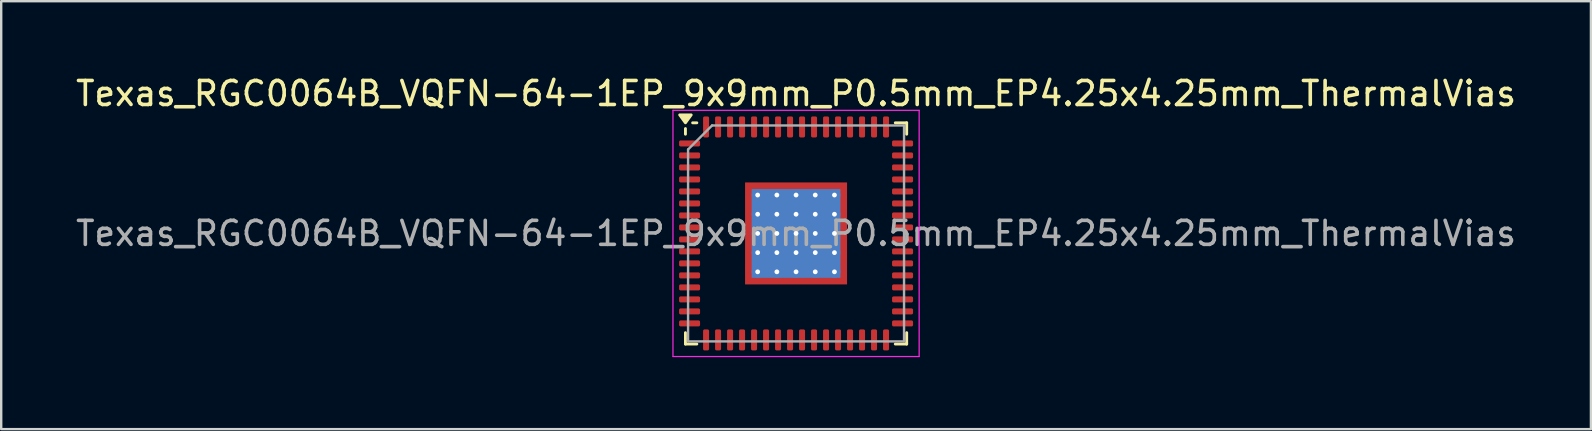
<source format=kicad_pcb>
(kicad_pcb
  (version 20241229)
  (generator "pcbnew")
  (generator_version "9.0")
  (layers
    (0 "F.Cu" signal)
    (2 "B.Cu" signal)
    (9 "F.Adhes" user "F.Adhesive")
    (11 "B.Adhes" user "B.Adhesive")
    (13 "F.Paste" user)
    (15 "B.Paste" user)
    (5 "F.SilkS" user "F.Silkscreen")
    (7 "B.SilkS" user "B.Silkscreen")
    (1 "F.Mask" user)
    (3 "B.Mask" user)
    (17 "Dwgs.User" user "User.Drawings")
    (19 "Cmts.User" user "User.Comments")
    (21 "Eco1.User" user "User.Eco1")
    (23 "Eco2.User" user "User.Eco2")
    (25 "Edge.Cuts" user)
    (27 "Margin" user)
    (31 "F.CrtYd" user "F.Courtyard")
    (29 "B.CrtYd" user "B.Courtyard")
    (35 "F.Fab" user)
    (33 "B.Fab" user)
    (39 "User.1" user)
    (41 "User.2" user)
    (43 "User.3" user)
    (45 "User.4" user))
  (footprint "Texas_RGC0064B_VQFN-64-1EP_9x9mm_P0.5mm_EP4.25x4.25mm_ThermalVias"
    (layer "F.Cu")
    (at 30.125 6.678)
    (property "Reference" "Texas_RGC0064B_VQFN-64-1EP_9x9mm_P0.5mm_EP4.25x4.25mm_ThermalVias" (at 0 -5.83 0) (layer "F.SilkS") (effects (font (size 1 1) (thickness 0.15))))
    (attr smd)
    (fp_line (start -4.61 -4.135) (end -4.61 -4.37) (stroke (width 0.12) (type solid)) (layer "F.SilkS"))
    (fp_line (start -4.61 4.61) (end -4.61 4.135) (stroke (width 0.12) (type solid)) (layer "F.SilkS"))
    (fp_line (start -4.135 -4.61) (end -4.31 -4.61) (stroke (width 0.12) (type solid)) (layer "F.SilkS"))
    (fp_line (start -4.135 4.61) (end -4.61 4.61) (stroke (width 0.12) (type solid)) (layer "F.SilkS"))
    (fp_line (start 4.135 -4.61) (end 4.61 -4.61) (stroke (width 0.12) (type solid)) (layer "F.SilkS"))
    (fp_line (start 4.135 4.61) (end 4.61 4.61) (stroke (width 0.12) (type solid)) (layer "F.SilkS"))
    (fp_line (start 4.61 -4.61) (end 4.61 -4.135) (stroke (width 0.12) (type solid)) (layer "F.SilkS"))
    (fp_line (start 4.61 4.61) (end 4.61 4.135) (stroke (width 0.12) (type solid)) (layer "F.SilkS"))
    (fp_poly (pts (xy -4.61 -4.61) (xy -4.85 -4.94) (xy -4.37 -4.94) (xy -4.61 -4.61)) (stroke (width 0.12) (type solid)) (fill yes) (layer "F.SilkS"))
    (fp_line (start -5.13 -5.13) (end -5.13 5.13) (stroke (width 0.05) (type solid)) (layer "F.CrtYd"))
    (fp_line (start -5.13 5.13) (end 5.13 5.13) (stroke (width 0.05) (type solid)) (layer "F.CrtYd"))
    (fp_line (start 5.13 -5.13) (end -5.13 -5.13) (stroke (width 0.05) (type solid)) (layer "F.CrtYd"))
    (fp_line (start 5.13 5.13) (end 5.13 -5.13) (stroke (width 0.05) (type solid)) (layer "F.CrtYd"))
    (fp_line (start -4.5 -3.5) (end -3.5 -4.5) (stroke (width 0.1) (type solid)) (layer "F.Fab"))
    (fp_line (start -4.5 4.5) (end -4.5 -3.5) (stroke (width 0.1) (type solid)) (layer "F.Fab"))
    (fp_line (start -3.5 -4.5) (end 4.5 -4.5) (stroke (width 0.1) (type solid)) (layer "F.Fab"))
    (fp_line (start 4.5 -4.5) (end 4.5 4.5) (stroke (width 0.1) (type solid)) (layer "F.Fab"))
    (fp_line (start 4.5 4.5) (end -4.5 4.5) (stroke (width 0.1) (type solid)) (layer "F.Fab"))
    (fp_text user "${REFERENCE}" (at 0 0 0) (layer "F.Fab") (effects (font (size 1 1) (thickness 0.15))))
    (pad "" smd custom (at -1.863 -1.863) (size 0.295 0.295) (layers "F.Paste") (options (anchor circle)) (primitives (gr_poly (pts (xy -0.106 -0.106) (xy 0.106 -0.106) (xy 0.106 -0.013) (xy -0.013 0.106) (xy -0.106 0.106)) (width 0.212) (fill yes))))
    (pad "" smd custom (at -1.863 -1.2) (size 0.314 0.314) (layers "F.Paste") (options (anchor circle)) (primitives (gr_poly (pts (xy -0.106 -0.217) (xy 0.013 -0.217) (xy 0.106 -0.124) (xy 0.106 0.124) (xy 0.013 0.217) (xy -0.106 0.217)) (width 0.212) (fill yes))))
    (pad "" smd custom (at -1.863 -0.4) (size 0.314 0.314) (layers "F.Paste") (options (anchor circle)) (primitives (gr_poly (pts (xy -0.106 -0.217) (xy 0.013 -0.217) (xy 0.106 -0.124) (xy 0.106 0.124) (xy 0.013 0.217) (xy -0.106 0.217)) (width 0.212) (fill yes))))
    (pad "" smd custom (at -1.863 0.4) (size 0.314 0.314) (layers "F.Paste") (options (anchor circle)) (primitives (gr_poly (pts (xy -0.106 -0.217) (xy 0.013 -0.217) (xy 0.106 -0.124) (xy 0.106 0.124) (xy 0.013 0.217) (xy -0.106 0.217)) (width 0.212) (fill yes))))
    (pad "" smd custom (at -1.863 1.2) (size 0.314 0.314) (layers "F.Paste") (options (anchor circle)) (primitives (gr_poly (pts (xy -0.106 -0.217) (xy 0.013 -0.217) (xy 0.106 -0.124) (xy 0.106 0.124) (xy 0.013 0.217) (xy -0.106 0.217)) (width 0.212) (fill yes))))
    (pad "" smd custom (at -1.863 1.863) (size 0.295 0.295) (layers "F.Paste") (options (anchor circle)) (primitives (gr_poly (pts (xy -0.106 -0.106) (xy -0.013 -0.106) (xy 0.106 0.013) (xy 0.106 0.106) (xy -0.106 0.106)) (width 0.212) (fill yes))))
    (pad "" smd custom (at -1.2 -1.863) (size 0.314 0.314) (layers "F.Paste") (options (anchor circle)) (primitives (gr_poly (pts (xy -0.217 -0.106) (xy 0.217 -0.106) (xy 0.217 0.013) (xy 0.124 0.106) (xy -0.124 0.106) (xy -0.217 0.013)) (width 0.212) (fill yes))))
    (pad "" smd custom (at -1.2 -1.2) (size 0.555 0.555) (layers "F.Paste") (options (anchor circle)) (primitives (gr_poly (pts (xy -0.232 -0.157) (xy -0.157 -0.232) (xy 0.157 -0.232) (xy 0.232 -0.157) (xy 0.232 0.157) (xy 0.157 0.232) (xy -0.157 0.232) (xy -0.232 0.157)) (width 0.181) (fill yes))))
    (pad "" smd custom (at -1.2 -0.4) (size 0.555 0.555) (layers "F.Paste") (options (anchor circle)) (primitives (gr_poly (pts (xy -0.232 -0.157) (xy -0.157 -0.232) (xy 0.157 -0.232) (xy 0.232 -0.157) (xy 0.232 0.157) (xy 0.157 0.232) (xy -0.157 0.232) (xy -0.232 0.157)) (width 0.181) (fill yes))))
    (pad "" smd custom (at -1.2 0.4) (size 0.555 0.555) (layers "F.Paste") (options (anchor circle)) (primitives (gr_poly (pts (xy -0.232 -0.157) (xy -0.157 -0.232) (xy 0.157 -0.232) (xy 0.232 -0.157) (xy 0.232 0.157) (xy 0.157 0.232) (xy -0.157 0.232) (xy -0.232 0.157)) (width 0.181) (fill yes))))
    (pad "" smd custom (at -1.2 1.2) (size 0.555 0.555) (layers "F.Paste") (options (anchor circle)) (primitives (gr_poly (pts (xy -0.232 -0.157) (xy -0.157 -0.232) (xy 0.157 -0.232) (xy 0.232 -0.157) (xy 0.232 0.157) (xy 0.157 0.232) (xy -0.157 0.232) (xy -0.232 0.157)) (width 0.181) (fill yes))))
    (pad "" smd custom (at -1.2 1.863) (size 0.314 0.314) (layers "F.Paste") (options (anchor circle)) (primitives (gr_poly (pts (xy -0.217 -0.013) (xy -0.124 -0.106) (xy 0.124 -0.106) (xy 0.217 -0.013) (xy 0.217 0.106) (xy -0.217 0.106)) (width 0.212) (fill yes))))
    (pad "" smd custom (at -0.4 -1.863) (size 0.314 0.314) (layers "F.Paste") (options (anchor circle)) (primitives (gr_poly (pts (xy -0.217 -0.106) (xy 0.217 -0.106) (xy 0.217 0.013) (xy 0.124 0.106) (xy -0.124 0.106) (xy -0.217 0.013)) (width 0.212) (fill yes))))
    (pad "" smd custom (at -0.4 -1.2) (size 0.555 0.555) (layers "F.Paste") (options (anchor circle)) (primitives (gr_poly (pts (xy -0.232 -0.157) (xy -0.157 -0.232) (xy 0.157 -0.232) (xy 0.232 -0.157) (xy 0.232 0.157) (xy 0.157 0.232) (xy -0.157 0.232) (xy -0.232 0.157)) (width 0.181) (fill yes))))
    (pad "" smd custom (at -0.4 -0.4) (size 0.555 0.555) (layers "F.Paste") (options (anchor circle)) (primitives (gr_poly (pts (xy -0.232 -0.157) (xy -0.157 -0.232) (xy 0.157 -0.232) (xy 0.232 -0.157) (xy 0.232 0.157) (xy 0.157 0.232) (xy -0.157 0.232) (xy -0.232 0.157)) (width 0.181) (fill yes))))
    (pad "" smd custom (at -0.4 0.4) (size 0.555 0.555) (layers "F.Paste") (options (anchor circle)) (primitives (gr_poly (pts (xy -0.232 -0.157) (xy -0.157 -0.232) (xy 0.157 -0.232) (xy 0.232 -0.157) (xy 0.232 0.157) (xy 0.157 0.232) (xy -0.157 0.232) (xy -0.232 0.157)) (width 0.181) (fill yes))))
    (pad "" smd custom (at -0.4 1.2) (size 0.555 0.555) (layers "F.Paste") (options (anchor circle)) (primitives (gr_poly (pts (xy -0.232 -0.157) (xy -0.157 -0.232) (xy 0.157 -0.232) (xy 0.232 -0.157) (xy 0.232 0.157) (xy 0.157 0.232) (xy -0.157 0.232) (xy -0.232 0.157)) (width 0.181) (fill yes))))
    (pad "" smd custom (at -0.4 1.863) (size 0.314 0.314) (layers "F.Paste") (options (anchor circle)) (primitives (gr_poly (pts (xy -0.217 -0.013) (xy -0.124 -0.106) (xy 0.124 -0.106) (xy 0.217 -0.013) (xy 0.217 0.106) (xy -0.217 0.106)) (width 0.212) (fill yes))))
    (pad "" smd custom (at 0.4 -1.863) (size 0.314 0.314) (layers "F.Paste") (options (anchor circle)) (primitives (gr_poly (pts (xy -0.217 -0.106) (xy 0.217 -0.106) (xy 0.217 0.013) (xy 0.124 0.106) (xy -0.124 0.106) (xy -0.217 0.013)) (width 0.212) (fill yes))))
    (pad "" smd custom (at 0.4 -1.2) (size 0.555 0.555) (layers "F.Paste") (options (anchor circle)) (primitives (gr_poly (pts (xy -0.232 -0.157) (xy -0.157 -0.232) (xy 0.157 -0.232) (xy 0.232 -0.157) (xy 0.232 0.157) (xy 0.157 0.232) (xy -0.157 0.232) (xy -0.232 0.157)) (width 0.181) (fill yes))))
    (pad "" smd custom (at 0.4 -0.4) (size 0.555 0.555) (layers "F.Paste") (options (anchor circle)) (primitives (gr_poly (pts (xy -0.232 -0.157) (xy -0.157 -0.232) (xy 0.157 -0.232) (xy 0.232 -0.157) (xy 0.232 0.157) (xy 0.157 0.232) (xy -0.157 0.232) (xy -0.232 0.157)) (width 0.181) (fill yes))))
    (pad "" smd custom (at 0.4 0.4) (size 0.555 0.555) (layers "F.Paste") (options (anchor circle)) (primitives (gr_poly (pts (xy -0.232 -0.157) (xy -0.157 -0.232) (xy 0.157 -0.232) (xy 0.232 -0.157) (xy 0.232 0.157) (xy 0.157 0.232) (xy -0.157 0.232) (xy -0.232 0.157)) (width 0.181) (fill yes))))
    (pad "" smd custom (at 0.4 1.2) (size 0.555 0.555) (layers "F.Paste") (options (anchor circle)) (primitives (gr_poly (pts (xy -0.232 -0.157) (xy -0.157 -0.232) (xy 0.157 -0.232) (xy 0.232 -0.157) (xy 0.232 0.157) (xy 0.157 0.232) (xy -0.157 0.232) (xy -0.232 0.157)) (width 0.181) (fill yes))))
    (pad "" smd custom (at 0.4 1.863) (size 0.314 0.314) (layers "F.Paste") (options (anchor circle)) (primitives (gr_poly (pts (xy -0.217 -0.013) (xy -0.124 -0.106) (xy 0.124 -0.106) (xy 0.217 -0.013) (xy 0.217 0.106) (xy -0.217 0.106)) (width 0.212) (fill yes))))
    (pad "" smd custom (at 1.2 -1.863) (size 0.314 0.314) (layers "F.Paste") (options (anchor circle)) (primitives (gr_poly (pts (xy -0.217 -0.106) (xy 0.217 -0.106) (xy 0.217 0.013) (xy 0.124 0.106) (xy -0.124 0.106) (xy -0.217 0.013)) (width 0.212) (fill yes))))
    (pad "" smd custom (at 1.2 -1.2) (size 0.555 0.555) (layers "F.Paste") (options (anchor circle)) (primitives (gr_poly (pts (xy -0.232 -0.157) (xy -0.157 -0.232) (xy 0.157 -0.232) (xy 0.232 -0.157) (xy 0.232 0.157) (xy 0.157 0.232) (xy -0.157 0.232) (xy -0.232 0.157)) (width 0.181) (fill yes))))
    (pad "" smd custom (at 1.2 -0.4) (size 0.555 0.555) (layers "F.Paste") (options (anchor circle)) (primitives (gr_poly (pts (xy -0.232 -0.157) (xy -0.157 -0.232) (xy 0.157 -0.232) (xy 0.232 -0.157) (xy 0.232 0.157) (xy 0.157 0.232) (xy -0.157 0.232) (xy -0.232 0.157)) (width 0.181) (fill yes))))
    (pad "" smd custom (at 1.2 0.4) (size 0.555 0.555) (layers "F.Paste") (options (anchor circle)) (primitives (gr_poly (pts (xy -0.232 -0.157) (xy -0.157 -0.232) (xy 0.157 -0.232) (xy 0.232 -0.157) (xy 0.232 0.157) (xy 0.157 0.232) (xy -0.157 0.232) (xy -0.232 0.157)) (width 0.181) (fill yes))))
    (pad "" smd custom (at 1.2 1.2) (size 0.555 0.555) (layers "F.Paste") (options (anchor circle)) (primitives (gr_poly (pts (xy -0.232 -0.157) (xy -0.157 -0.232) (xy 0.157 -0.232) (xy 0.232 -0.157) (xy 0.232 0.157) (xy 0.157 0.232) (xy -0.157 0.232) (xy -0.232 0.157)) (width 0.181) (fill yes))))
    (pad "" smd custom (at 1.2 1.863) (size 0.314 0.314) (layers "F.Paste") (options (anchor circle)) (primitives (gr_poly (pts (xy -0.217 -0.013) (xy -0.124 -0.106) (xy 0.124 -0.106) (xy 0.217 -0.013) (xy 0.217 0.106) (xy -0.217 0.106)) (width 0.212) (fill yes))))
    (pad "" smd custom (at 1.863 -1.863) (size 0.295 0.295) (layers "F.Paste") (options (anchor circle)) (primitives (gr_poly (pts (xy -0.106 -0.106) (xy 0.106 -0.106) (xy 0.106 0.106) (xy 0.013 0.106) (xy -0.106 -0.013)) (width 0.212) (fill yes))))
    (pad "" smd custom (at 1.863 -1.2) (size 0.314 0.314) (layers "F.Paste") (options (anchor circle)) (primitives (gr_poly (pts (xy -0.106 -0.124) (xy -0.013 -0.217) (xy 0.106 -0.217) (xy 0.106 0.217) (xy -0.013 0.217) (xy -0.106 0.124)) (width 0.212) (fill yes))))
    (pad "" smd custom (at 1.863 -0.4) (size 0.314 0.314) (layers "F.Paste") (options (anchor circle)) (primitives (gr_poly (pts (xy -0.106 -0.124) (xy -0.013 -0.217) (xy 0.106 -0.217) (xy 0.106 0.217) (xy -0.013 0.217) (xy -0.106 0.124)) (width 0.212) (fill yes))))
    (pad "" smd custom (at 1.863 0.4) (size 0.314 0.314) (layers "F.Paste") (options (anchor circle)) (primitives (gr_poly (pts (xy -0.106 -0.124) (xy -0.013 -0.217) (xy 0.106 -0.217) (xy 0.106 0.217) (xy -0.013 0.217) (xy -0.106 0.124)) (width 0.212) (fill yes))))
    (pad "" smd custom (at 1.863 1.2) (size 0.314 0.314) (layers "F.Paste") (options (anchor circle)) (primitives (gr_poly (pts (xy -0.106 -0.124) (xy -0.013 -0.217) (xy 0.106 -0.217) (xy 0.106 0.217) (xy -0.013 0.217) (xy -0.106 0.124)) (width 0.212) (fill yes))))
    (pad "" smd custom (at 1.863 1.863) (size 0.295 0.295) (layers "F.Paste") (options (anchor circle)) (primitives (gr_poly (pts (xy -0.106 0.013) (xy 0.013 -0.106) (xy 0.106 -0.106) (xy 0.106 0.106) (xy -0.106 0.106)) (width 0.212) (fill yes))))
    (pad "1" smd roundrect (at -4.438 -3.75) (size 0.875 0.25) (layers "F.Cu" "F.Mask" "F.Paste") (roundrect_rratio 0.25))
    (pad "2" smd roundrect (at -4.438 -3.25) (size 0.875 0.25) (layers "F.Cu" "F.Mask" "F.Paste") (roundrect_rratio 0.25))
    (pad "3" smd roundrect (at -4.438 -2.75) (size 0.875 0.25) (layers "F.Cu" "F.Mask" "F.Paste") (roundrect_rratio 0.25))
    (pad "4" smd roundrect (at -4.438 -2.25) (size 0.875 0.25) (layers "F.Cu" "F.Mask" "F.Paste") (roundrect_rratio 0.25))
    (pad "5" smd roundrect (at -4.438 -1.75) (size 0.875 0.25) (layers "F.Cu" "F.Mask" "F.Paste") (roundrect_rratio 0.25))
    (pad "6" smd roundrect (at -4.438 -1.25) (size 0.875 0.25) (layers "F.Cu" "F.Mask" "F.Paste") (roundrect_rratio 0.25))
    (pad "7" smd roundrect (at -4.438 -0.75) (size 0.875 0.25) (layers "F.Cu" "F.Mask" "F.Paste") (roundrect_rratio 0.25))
    (pad "8" smd roundrect (at -4.438 -0.25) (size 0.875 0.25) (layers "F.Cu" "F.Mask" "F.Paste") (roundrect_rratio 0.25))
    (pad "9" smd roundrect (at -4.438 0.25) (size 0.875 0.25) (layers "F.Cu" "F.Mask" "F.Paste") (roundrect_rratio 0.25))
    (pad "10" smd roundrect (at -4.438 0.75) (size 0.875 0.25) (layers "F.Cu" "F.Mask" "F.Paste") (roundrect_rratio 0.25))
    (pad "11" smd roundrect (at -4.438 1.25) (size 0.875 0.25) (layers "F.Cu" "F.Mask" "F.Paste") (roundrect_rratio 0.25))
    (pad "12" smd roundrect (at -4.438 1.75) (size 0.875 0.25) (layers "F.Cu" "F.Mask" "F.Paste") (roundrect_rratio 0.25))
    (pad "13" smd roundrect (at -4.438 2.25) (size 0.875 0.25) (layers "F.Cu" "F.Mask" "F.Paste") (roundrect_rratio 0.25))
    (pad "14" smd roundrect (at -4.438 2.75) (size 0.875 0.25) (layers "F.Cu" "F.Mask" "F.Paste") (roundrect_rratio 0.25))
    (pad "15" smd roundrect (at -4.438 3.25) (size 0.875 0.25) (layers "F.Cu" "F.Mask" "F.Paste") (roundrect_rratio 0.25))
    (pad "16" smd roundrect (at -4.438 3.75) (size 0.875 0.25) (layers "F.Cu" "F.Mask" "F.Paste") (roundrect_rratio 0.25))
    (pad "17" smd roundrect (at -3.75 4.438) (size 0.25 0.875) (layers "F.Cu" "F.Mask" "F.Paste") (roundrect_rratio 0.25))
    (pad "18" smd roundrect (at -3.25 4.438) (size 0.25 0.875) (layers "F.Cu" "F.Mask" "F.Paste") (roundrect_rratio 0.25))
    (pad "19" smd roundrect (at -2.75 4.438) (size 0.25 0.875) (layers "F.Cu" "F.Mask" "F.Paste") (roundrect_rratio 0.25))
    (pad "20" smd roundrect (at -2.25 4.438) (size 0.25 0.875) (layers "F.Cu" "F.Mask" "F.Paste") (roundrect_rratio 0.25))
    (pad "21" smd roundrect (at -1.75 4.438) (size 0.25 0.875) (layers "F.Cu" "F.Mask" "F.Paste") (roundrect_rratio 0.25))
    (pad "22" smd roundrect (at -1.25 4.438) (size 0.25 0.875) (layers "F.Cu" "F.Mask" "F.Paste") (roundrect_rratio 0.25))
    (pad "23" smd roundrect (at -0.75 4.438) (size 0.25 0.875) (layers "F.Cu" "F.Mask" "F.Paste") (roundrect_rratio 0.25))
    (pad "24" smd roundrect (at -0.25 4.438) (size 0.25 0.875) (layers "F.Cu" "F.Mask" "F.Paste") (roundrect_rratio 0.25))
    (pad "25" smd roundrect (at 0.25 4.438) (size 0.25 0.875) (layers "F.Cu" "F.Mask" "F.Paste") (roundrect_rratio 0.25))
    (pad "26" smd roundrect (at 0.75 4.438) (size 0.25 0.875) (layers "F.Cu" "F.Mask" "F.Paste") (roundrect_rratio 0.25))
    (pad "27" smd roundrect (at 1.25 4.438) (size 0.25 0.875) (layers "F.Cu" "F.Mask" "F.Paste") (roundrect_rratio 0.25))
    (pad "28" smd roundrect (at 1.75 4.438) (size 0.25 0.875) (layers "F.Cu" "F.Mask" "F.Paste") (roundrect_rratio 0.25))
    (pad "29" smd roundrect (at 2.25 4.438) (size 0.25 0.875) (layers "F.Cu" "F.Mask" "F.Paste") (roundrect_rratio 0.25))
    (pad "30" smd roundrect (at 2.75 4.438) (size 0.25 0.875) (layers "F.Cu" "F.Mask" "F.Paste") (roundrect_rratio 0.25))
    (pad "31" smd roundrect (at 3.25 4.438) (size 0.25 0.875) (layers "F.Cu" "F.Mask" "F.Paste") (roundrect_rratio 0.25))
    (pad "32" smd roundrect (at 3.75 4.438) (size 0.25 0.875) (layers "F.Cu" "F.Mask" "F.Paste") (roundrect_rratio 0.25))
    (pad "33" smd roundrect (at 4.438 3.75) (size 0.875 0.25) (layers "F.Cu" "F.Mask" "F.Paste") (roundrect_rratio 0.25))
    (pad "34" smd roundrect (at 4.438 3.25) (size 0.875 0.25) (layers "F.Cu" "F.Mask" "F.Paste") (roundrect_rratio 0.25))
    (pad "35" smd roundrect (at 4.438 2.75) (size 0.875 0.25) (layers "F.Cu" "F.Mask" "F.Paste") (roundrect_rratio 0.25))
    (pad "36" smd roundrect (at 4.438 2.25) (size 0.875 0.25) (layers "F.Cu" "F.Mask" "F.Paste") (roundrect_rratio 0.25))
    (pad "37" smd roundrect (at 4.438 1.75) (size 0.875 0.25) (layers "F.Cu" "F.Mask" "F.Paste") (roundrect_rratio 0.25))
    (pad "38" smd roundrect (at 4.438 1.25) (size 0.875 0.25) (layers "F.Cu" "F.Mask" "F.Paste") (roundrect_rratio 0.25))
    (pad "39" smd roundrect (at 4.438 0.75) (size 0.875 0.25) (layers "F.Cu" "F.Mask" "F.Paste") (roundrect_rratio 0.25))
    (pad "40" smd roundrect (at 4.438 0.25) (size 0.875 0.25) (layers "F.Cu" "F.Mask" "F.Paste") (roundrect_rratio 0.25))
    (pad "41" smd roundrect (at 4.438 -0.25) (size 0.875 0.25) (layers "F.Cu" "F.Mask" "F.Paste") (roundrect_rratio 0.25))
    (pad "42" smd roundrect (at 4.438 -0.75) (size 0.875 0.25) (layers "F.Cu" "F.Mask" "F.Paste") (roundrect_rratio 0.25))
    (pad "43" smd roundrect (at 4.438 -1.25) (size 0.875 0.25) (layers "F.Cu" "F.Mask" "F.Paste") (roundrect_rratio 0.25))
    (pad "44" smd roundrect (at 4.438 -1.75) (size 0.875 0.25) (layers "F.Cu" "F.Mask" "F.Paste") (roundrect_rratio 0.25))
    (pad "45" smd roundrect (at 4.438 -2.25) (size 0.875 0.25) (layers "F.Cu" "F.Mask" "F.Paste") (roundrect_rratio 0.25))
    (pad "46" smd roundrect (at 4.438 -2.75) (size 0.875 0.25) (layers "F.Cu" "F.Mask" "F.Paste") (roundrect_rratio 0.25))
    (pad "47" smd roundrect (at 4.438 -3.25) (size 0.875 0.25) (layers "F.Cu" "F.Mask" "F.Paste") (roundrect_rratio 0.25))
    (pad "48" smd roundrect (at 4.438 -3.75) (size 0.875 0.25) (layers "F.Cu" "F.Mask" "F.Paste") (roundrect_rratio 0.25))
    (pad "49" smd roundrect (at 3.75 -4.438) (size 0.25 0.875) (layers "F.Cu" "F.Mask" "F.Paste") (roundrect_rratio 0.25))
    (pad "50" smd roundrect (at 3.25 -4.438) (size 0.25 0.875) (layers "F.Cu" "F.Mask" "F.Paste") (roundrect_rratio 0.25))
    (pad "51" smd roundrect (at 2.75 -4.438) (size 0.25 0.875) (layers "F.Cu" "F.Mask" "F.Paste") (roundrect_rratio 0.25))
    (pad "52" smd roundrect (at 2.25 -4.438) (size 0.25 0.875) (layers "F.Cu" "F.Mask" "F.Paste") (roundrect_rratio 0.25))
    (pad "53" smd roundrect (at 1.75 -4.438) (size 0.25 0.875) (layers "F.Cu" "F.Mask" "F.Paste") (roundrect_rratio 0.25))
    (pad "54" smd roundrect (at 1.25 -4.438) (size 0.25 0.875) (layers "F.Cu" "F.Mask" "F.Paste") (roundrect_rratio 0.25))
    (pad "55" smd roundrect (at 0.75 -4.438) (size 0.25 0.875) (layers "F.Cu" "F.Mask" "F.Paste") (roundrect_rratio 0.25))
    (pad "56" smd roundrect (at 0.25 -4.438) (size 0.25 0.875) (layers "F.Cu" "F.Mask" "F.Paste") (roundrect_rratio 0.25))
    (pad "57" smd roundrect (at -0.25 -4.438) (size 0.25 0.875) (layers "F.Cu" "F.Mask" "F.Paste") (roundrect_rratio 0.25))
    (pad "58" smd roundrect (at -0.75 -4.438) (size 0.25 0.875) (layers "F.Cu" "F.Mask" "F.Paste") (roundrect_rratio 0.25))
    (pad "59" smd roundrect (at -1.25 -4.438) (size 0.25 0.875) (layers "F.Cu" "F.Mask" "F.Paste") (roundrect_rratio 0.25))
    (pad "60" smd roundrect (at -1.75 -4.438) (size 0.25 0.875) (layers "F.Cu" "F.Mask" "F.Paste") (roundrect_rratio 0.25))
    (pad "61" smd roundrect (at -2.25 -4.438) (size 0.25 0.875) (layers "F.Cu" "F.Mask" "F.Paste") (roundrect_rratio 0.25))
    (pad "62" smd roundrect (at -2.75 -4.438) (size 0.25 0.875) (layers "F.Cu" "F.Mask" "F.Paste") (roundrect_rratio 0.25))
    (pad "63" smd roundrect (at -3.25 -4.438) (size 0.25 0.875) (layers "F.Cu" "F.Mask" "F.Paste") (roundrect_rratio 0.25))
    (pad "64" smd roundrect (at -3.75 -4.438) (size 0.25 0.875) (layers "F.Cu" "F.Mask" "F.Paste") (roundrect_rratio 0.25))
    (pad "65" thru_hole circle (at -1.6 -1.6) (size 0.5 0.5) (drill 0.2) (property pad_prop_heatsink) (layers "*.Cu"))
    (pad "65" thru_hole circle (at -1.6 -0.8) (size 0.5 0.5) (drill 0.2) (property pad_prop_heatsink) (layers "*.Cu"))
    (pad "65" thru_hole circle (at -1.6 0) (size 0.5 0.5) (drill 0.2) (property pad_prop_heatsink) (layers "*.Cu"))
    (pad "65" thru_hole circle (at -1.6 0.8) (size 0.5 0.5) (drill 0.2) (property pad_prop_heatsink) (layers "*.Cu"))
    (pad "65" thru_hole circle (at -1.6 1.6) (size 0.5 0.5) (drill 0.2) (property pad_prop_heatsink) (layers "*.Cu"))
    (pad "65" thru_hole circle (at -0.8 -1.6) (size 0.5 0.5) (drill 0.2) (property pad_prop_heatsink) (layers "*.Cu"))
    (pad "65" thru_hole circle (at -0.8 -0.8) (size 0.5 0.5) (drill 0.2) (property pad_prop_heatsink) (layers "*.Cu"))
    (pad "65" thru_hole circle (at -0.8 0) (size 0.5 0.5) (drill 0.2) (property pad_prop_heatsink) (layers "*.Cu"))
    (pad "65" thru_hole circle (at -0.8 0.8) (size 0.5 0.5) (drill 0.2) (property pad_prop_heatsink) (layers "*.Cu"))
    (pad "65" thru_hole circle (at -0.8 1.6) (size 0.5 0.5) (drill 0.2) (property pad_prop_heatsink) (layers "*.Cu"))
    (pad "65" thru_hole circle (at 0 -1.6) (size 0.5 0.5) (drill 0.2) (property pad_prop_heatsink) (layers "*.Cu"))
    (pad "65" thru_hole circle (at 0 -0.8) (size 0.5 0.5) (drill 0.2) (property pad_prop_heatsink) (layers "*.Cu"))
    (pad "65" thru_hole circle (at 0 0) (size 0.5 0.5) (drill 0.2) (property pad_prop_heatsink) (layers "*.Cu"))
    (pad "65" smd rect (at 0 0) (size 3.7 3.7) (property pad_prop_heatsink) (layers "B.Cu"))
    (pad "65" smd rect (at 0 0) (size 4.25 4.25) (property pad_prop_heatsink) (layers "F.Cu" "F.Mask"))
    (pad "65" thru_hole circle (at 0 0.8) (size 0.5 0.5) (drill 0.2) (property pad_prop_heatsink) (layers "*.Cu"))
    (pad "65" thru_hole circle (at 0 1.6) (size 0.5 0.5) (drill 0.2) (property pad_prop_heatsink) (layers "*.Cu"))
    (pad "65" thru_hole circle (at 0.8 -1.6) (size 0.5 0.5) (drill 0.2) (property pad_prop_heatsink) (layers "*.Cu"))
    (pad "65" thru_hole circle (at 0.8 -0.8) (size 0.5 0.5) (drill 0.2) (property pad_prop_heatsink) (layers "*.Cu"))
    (pad "65" thru_hole circle (at 0.8 0) (size 0.5 0.5) (drill 0.2) (property pad_prop_heatsink) (layers "*.Cu"))
    (pad "65" thru_hole circle (at 0.8 0.8) (size 0.5 0.5) (drill 0.2) (property pad_prop_heatsink) (layers "*.Cu"))
    (pad "65" thru_hole circle (at 0.8 1.6) (size 0.5 0.5) (drill 0.2) (property pad_prop_heatsink) (layers "*.Cu"))
    (pad "65" thru_hole circle (at 1.6 -1.6) (size 0.5 0.5) (drill 0.2) (property pad_prop_heatsink) (layers "*.Cu"))
    (pad "65" thru_hole circle (at 1.6 -0.8) (size 0.5 0.5) (drill 0.2) (property pad_prop_heatsink) (layers "*.Cu"))
    (pad "65" thru_hole circle (at 1.6 0) (size 0.5 0.5) (drill 0.2) (property pad_prop_heatsink) (layers "*.Cu"))
    (pad "65" thru_hole circle (at 1.6 0.8) (size 0.5 0.5) (drill 0.2) (property pad_prop_heatsink) (layers "*.Cu"))
    (pad "65" thru_hole circle (at 1.6 1.6) (size 0.5 0.5) (drill 0.2) (property pad_prop_heatsink) (layers "*.Cu")))
  (gr_rect
    (start -3 -3)
    (end 63.25 14.833)
    (stroke (width 0.1) (type default))
    (fill no)
    (layer "Edge.Cuts")))
</source>
